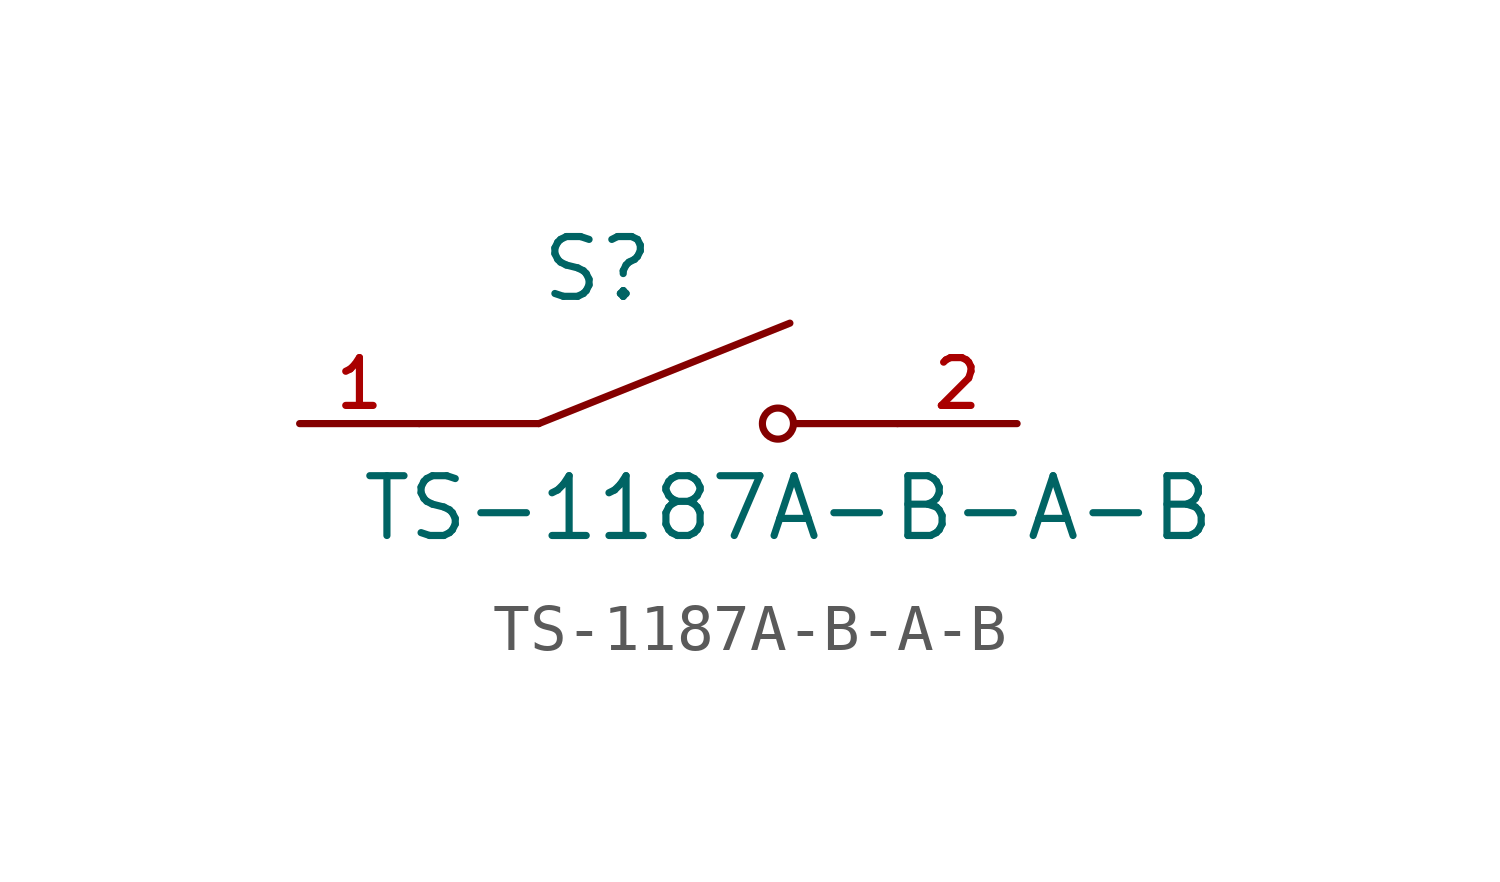
<source format=kicad_sym>
(kicad_symbol_lib
  (version 20211014)
  (generator kicad_symbol_editor)
  (symbol "TS-1187A-B-A-B"
    (pin_names
      (offset 1.016) hide)
    (property "Reference" "S"
      (at -2.54 2.54 0)
      (effects (font (size 1.27 1.27)) (justify left bottom)))
    (property "Value" "TS-1187A-B-A-B"
      (at -6.35 -2.54 0)
      (effects (font (size 1.27 1.27)) (justify left bottom)))
    (property "ki_locked" ""
      (at 0 0 0)
      (effects (font (size 1.27 1.27))))
    (symbol "TS-1187A-B-A-B_0_0"
      (polyline (pts (xy -2.54 0) (xy -5.08 0)) (stroke (width 0.152) (type default) (color 0 0 0 0)) (fill (type none)))
      (polyline (pts (xy -2.54 0) (xy 2.794 2.134)) (stroke (width 0.152) (type default) (color 0 0 0 0)) (fill (type none)))
      (polyline (pts (xy 5.08 0) (xy 2.921 0)) (stroke (width 0.152) (type default) (color 0 0 0 0)) (fill (type none)))
      (circle (center 2.54 0) (radius 0.33) (stroke (width 0.152) (type default) (color 0 0 0 0)) (fill (type none)))
      (pin passive line (at -7.62 0 0) (length 2.54) (name "~" (effects (font (size 1.016 1.016)))) (number "1" (effects (font (size 1.016 1.016)))))
      (pin passive line (at 7.62 0 180) (length 2.54) (name "~" (effects (font (size 1.016 1.016)))) (number "2" (effects (font (size 1.016 1.016))))))))
</source>
